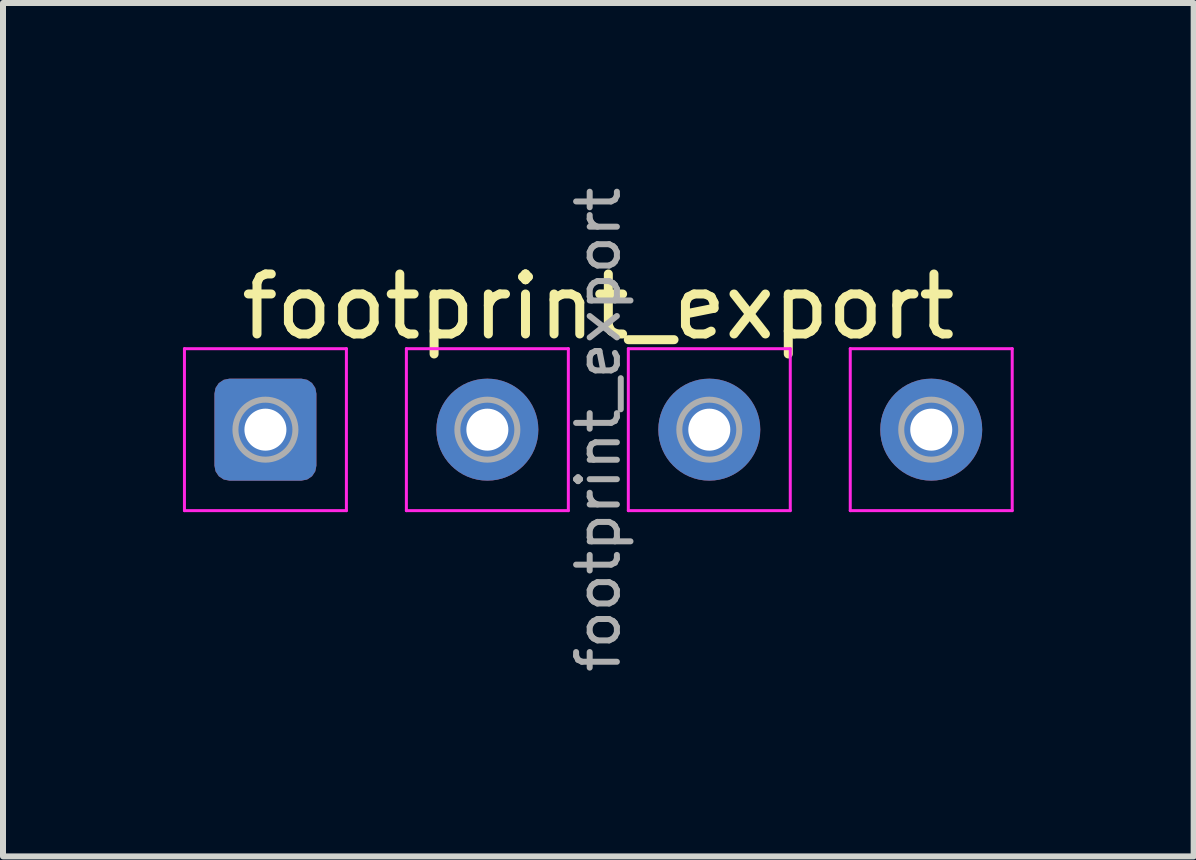
<source format=kicad_pcb>
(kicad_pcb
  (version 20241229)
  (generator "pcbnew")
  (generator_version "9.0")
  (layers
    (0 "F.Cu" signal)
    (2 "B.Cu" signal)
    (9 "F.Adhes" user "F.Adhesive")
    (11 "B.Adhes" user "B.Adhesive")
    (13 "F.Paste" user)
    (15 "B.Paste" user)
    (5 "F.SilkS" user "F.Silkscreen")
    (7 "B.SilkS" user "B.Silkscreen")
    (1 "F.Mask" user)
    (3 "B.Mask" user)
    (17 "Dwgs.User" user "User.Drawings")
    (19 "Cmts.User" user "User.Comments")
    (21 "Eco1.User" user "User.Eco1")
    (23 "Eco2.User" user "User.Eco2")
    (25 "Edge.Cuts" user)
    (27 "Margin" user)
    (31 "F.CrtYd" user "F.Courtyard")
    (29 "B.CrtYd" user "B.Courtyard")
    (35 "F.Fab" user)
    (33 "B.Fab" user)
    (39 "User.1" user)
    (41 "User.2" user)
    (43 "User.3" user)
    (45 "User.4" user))
  (footprint "footprint_export"
    (layer "F.Cu")
    (at 1.375 4.113)
    (property "Reference" "footprint_export" (at 5.55 -2.05 0) (layer "F.SilkS") (effects (font (size 1 1) (thickness 0.15))))
    (attr exclude_from_pos_files exclude_from_bom)
    (fp_line (start -1.35 -1.35) (end -1.35 1.35) (stroke (width 0.05) (type solid)) (layer "F.CrtYd"))
    (fp_line (start -1.35 1.35) (end 1.35 1.35) (stroke (width 0.05) (type solid)) (layer "F.CrtYd"))
    (fp_line (start 1.35 -1.35) (end -1.35 -1.35) (stroke (width 0.05) (type solid)) (layer "F.CrtYd"))
    (fp_line (start 1.35 1.35) (end 1.35 -1.35) (stroke (width 0.05) (type solid)) (layer "F.CrtYd"))
    (fp_line (start 2.35 -1.35) (end 2.35 1.35) (stroke (width 0.05) (type solid)) (layer "F.CrtYd"))
    (fp_line (start 2.35 1.35) (end 5.05 1.35) (stroke (width 0.05) (type solid)) (layer "F.CrtYd"))
    (fp_line (start 5.05 -1.35) (end 2.35 -1.35) (stroke (width 0.05) (type solid)) (layer "F.CrtYd"))
    (fp_line (start 5.05 1.35) (end 5.05 -1.35) (stroke (width 0.05) (type solid)) (layer "F.CrtYd"))
    (fp_line (start 6.05 -1.35) (end 6.05 1.35) (stroke (width 0.05) (type solid)) (layer "F.CrtYd"))
    (fp_line (start 6.05 1.35) (end 8.75 1.35) (stroke (width 0.05) (type solid)) (layer "F.CrtYd"))
    (fp_line (start 8.75 -1.35) (end 6.05 -1.35) (stroke (width 0.05) (type solid)) (layer "F.CrtYd"))
    (fp_line (start 8.75 1.35) (end 8.75 -1.35) (stroke (width 0.05) (type solid)) (layer "F.CrtYd"))
    (fp_line (start 9.75 -1.35) (end 9.75 1.35) (stroke (width 0.05) (type solid)) (layer "F.CrtYd"))
    (fp_line (start 9.75 1.35) (end 12.45 1.35) (stroke (width 0.05) (type solid)) (layer "F.CrtYd"))
    (fp_line (start 12.45 -1.35) (end 9.75 -1.35) (stroke (width 0.05) (type solid)) (layer "F.CrtYd"))
    (fp_line (start 12.45 1.35) (end 12.45 -1.35) (stroke (width 0.05) (type solid)) (layer "F.CrtYd"))
    (fp_circle (center 0 0) (end 0.5 0) (stroke (width 0.1) (type solid)) (fill no) (layer "F.Fab"))
    (fp_circle (center 3.7 0) (end 4.2 0) (stroke (width 0.1) (type solid)) (fill no) (layer "F.Fab"))
    (fp_circle (center 7.4 0) (end 7.9 0) (stroke (width 0.1) (type solid)) (fill no) (layer "F.Fab"))
    (fp_circle (center 11.1 0) (end 11.6 0) (stroke (width 0.1) (type solid)) (fill no) (layer "F.Fab"))
    (fp_text user "${REFERENCE}" (at 5.55 0 90) (layer "F.Fab") (effects (font (size 0.68 0.68) (thickness 0.1))))
    (pad "1" thru_hole roundrect (at 0 0) (size 1.7 1.7) (drill 0.7) (layers "*.Cu" "*.Mask") (roundrect_rratio 0.147))
    (pad "2" thru_hole circle (at 3.7 0) (size 1.7 1.7) (drill 0.7) (layers "*.Cu" "*.Mask"))
    (pad "3" thru_hole circle (at 7.4 0) (size 1.7 1.7) (drill 0.7) (layers "*.Cu" "*.Mask"))
    (pad "4" thru_hole circle (at 11.1 0) (size 1.7 1.7) (drill 0.7) (layers "*.Cu" "*.Mask")))
  (gr_rect
    (start -3 -3)
    (end 16.85 11.227)
    (stroke (width 0.1) (type default))
    (fill no)
    (layer "Edge.Cuts")))
</source>
